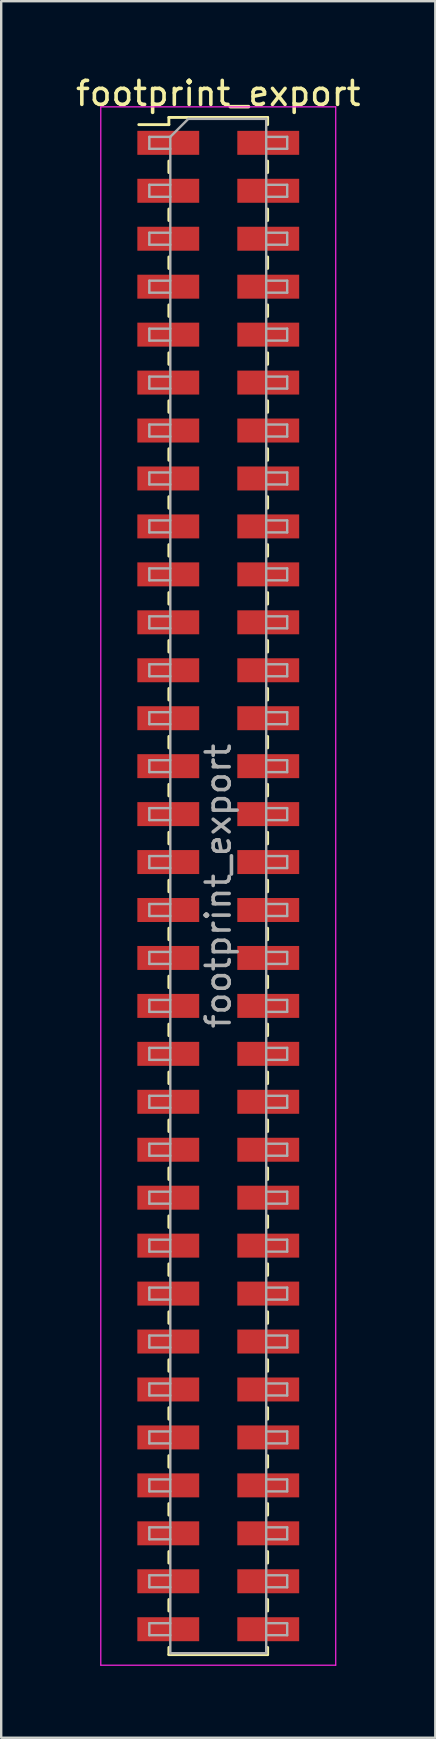
<source format=kicad_pcb>
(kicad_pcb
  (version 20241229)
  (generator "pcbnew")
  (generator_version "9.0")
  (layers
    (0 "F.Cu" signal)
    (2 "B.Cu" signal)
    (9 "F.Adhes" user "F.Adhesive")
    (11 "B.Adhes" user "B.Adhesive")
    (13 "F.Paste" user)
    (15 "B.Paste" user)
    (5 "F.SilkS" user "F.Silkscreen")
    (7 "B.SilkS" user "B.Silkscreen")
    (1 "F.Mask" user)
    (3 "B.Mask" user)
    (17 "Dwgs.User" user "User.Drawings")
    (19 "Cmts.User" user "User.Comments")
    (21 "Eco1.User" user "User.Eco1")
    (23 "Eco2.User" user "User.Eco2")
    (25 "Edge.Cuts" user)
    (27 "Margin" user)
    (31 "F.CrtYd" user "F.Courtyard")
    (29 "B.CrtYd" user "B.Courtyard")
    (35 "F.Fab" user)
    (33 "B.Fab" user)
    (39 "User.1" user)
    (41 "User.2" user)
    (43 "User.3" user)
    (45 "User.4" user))
  (footprint "footprint_export"
    (layer "F.Cu")
    (at 6.054 33.908)
    (property "Reference" "footprint_export" (at 0 -33.06 0) (layer "F.SilkS") (effects (font (size 1 1) (thickness 0.15))))
    (attr smd)
    (fp_line (start -3.315 -31.76) (end -2.06 -31.76) (stroke (width 0.12) (type solid)) (layer "F.SilkS"))
    (fp_line (start -2.06 -32.06) (end -2.06 -31.76) (stroke (width 0.12) (type solid)) (layer "F.SilkS"))
    (fp_line (start -2.06 -32.06) (end 2.06 -32.06) (stroke (width 0.12) (type solid)) (layer "F.SilkS"))
    (fp_line (start -2.06 -30.24) (end -2.06 -29.76) (stroke (width 0.12) (type solid)) (layer "F.SilkS"))
    (fp_line (start -2.06 -28.24) (end -2.06 -27.76) (stroke (width 0.12) (type solid)) (layer "F.SilkS"))
    (fp_line (start -2.06 -26.24) (end -2.06 -25.76) (stroke (width 0.12) (type solid)) (layer "F.SilkS"))
    (fp_line (start -2.06 -24.24) (end -2.06 -23.76) (stroke (width 0.12) (type solid)) (layer "F.SilkS"))
    (fp_line (start -2.06 -22.24) (end -2.06 -21.76) (stroke (width 0.12) (type solid)) (layer "F.SilkS"))
    (fp_line (start -2.06 -20.24) (end -2.06 -19.76) (stroke (width 0.12) (type solid)) (layer "F.SilkS"))
    (fp_line (start -2.06 -18.24) (end -2.06 -17.76) (stroke (width 0.12) (type solid)) (layer "F.SilkS"))
    (fp_line (start -2.06 -16.24) (end -2.06 -15.76) (stroke (width 0.12) (type solid)) (layer "F.SilkS"))
    (fp_line (start -2.06 -14.24) (end -2.06 -13.76) (stroke (width 0.12) (type solid)) (layer "F.SilkS"))
    (fp_line (start -2.06 -12.24) (end -2.06 -11.76) (stroke (width 0.12) (type solid)) (layer "F.SilkS"))
    (fp_line (start -2.06 -10.24) (end -2.06 -9.76) (stroke (width 0.12) (type solid)) (layer "F.SilkS"))
    (fp_line (start -2.06 -8.24) (end -2.06 -7.76) (stroke (width 0.12) (type solid)) (layer "F.SilkS"))
    (fp_line (start -2.06 -6.24) (end -2.06 -5.76) (stroke (width 0.12) (type solid)) (layer "F.SilkS"))
    (fp_line (start -2.06 -4.24) (end -2.06 -3.76) (stroke (width 0.12) (type solid)) (layer "F.SilkS"))
    (fp_line (start -2.06 -2.24) (end -2.06 -1.76) (stroke (width 0.12) (type solid)) (layer "F.SilkS"))
    (fp_line (start -2.06 -0.24) (end -2.06 0.24) (stroke (width 0.12) (type solid)) (layer "F.SilkS"))
    (fp_line (start -2.06 1.76) (end -2.06 2.24) (stroke (width 0.12) (type solid)) (layer "F.SilkS"))
    (fp_line (start -2.06 3.76) (end -2.06 4.24) (stroke (width 0.12) (type solid)) (layer "F.SilkS"))
    (fp_line (start -2.06 5.76) (end -2.06 6.24) (stroke (width 0.12) (type solid)) (layer "F.SilkS"))
    (fp_line (start -2.06 7.76) (end -2.06 8.24) (stroke (width 0.12) (type solid)) (layer "F.SilkS"))
    (fp_line (start -2.06 9.76) (end -2.06 10.24) (stroke (width 0.12) (type solid)) (layer "F.SilkS"))
    (fp_line (start -2.06 11.76) (end -2.06 12.24) (stroke (width 0.12) (type solid)) (layer "F.SilkS"))
    (fp_line (start -2.06 13.76) (end -2.06 14.24) (stroke (width 0.12) (type solid)) (layer "F.SilkS"))
    (fp_line (start -2.06 15.76) (end -2.06 16.24) (stroke (width 0.12) (type solid)) (layer "F.SilkS"))
    (fp_line (start -2.06 17.76) (end -2.06 18.24) (stroke (width 0.12) (type solid)) (layer "F.SilkS"))
    (fp_line (start -2.06 19.76) (end -2.06 20.24) (stroke (width 0.12) (type solid)) (layer "F.SilkS"))
    (fp_line (start -2.06 21.76) (end -2.06 22.24) (stroke (width 0.12) (type solid)) (layer "F.SilkS"))
    (fp_line (start -2.06 23.76) (end -2.06 24.24) (stroke (width 0.12) (type solid)) (layer "F.SilkS"))
    (fp_line (start -2.06 25.76) (end -2.06 26.24) (stroke (width 0.12) (type solid)) (layer "F.SilkS"))
    (fp_line (start -2.06 27.76) (end -2.06 28.24) (stroke (width 0.12) (type solid)) (layer "F.SilkS"))
    (fp_line (start -2.06 29.76) (end -2.06 30.24) (stroke (width 0.12) (type solid)) (layer "F.SilkS"))
    (fp_line (start -2.06 31.76) (end -2.06 32.06) (stroke (width 0.12) (type solid)) (layer "F.SilkS"))
    (fp_line (start -2.06 32.06) (end 2.06 32.06) (stroke (width 0.12) (type solid)) (layer "F.SilkS"))
    (fp_line (start 2.06 -32.06) (end 2.06 -31.76) (stroke (width 0.12) (type solid)) (layer "F.SilkS"))
    (fp_line (start 2.06 -30.24) (end 2.06 -29.76) (stroke (width 0.12) (type solid)) (layer "F.SilkS"))
    (fp_line (start 2.06 -28.24) (end 2.06 -27.76) (stroke (width 0.12) (type solid)) (layer "F.SilkS"))
    (fp_line (start 2.06 -26.24) (end 2.06 -25.76) (stroke (width 0.12) (type solid)) (layer "F.SilkS"))
    (fp_line (start 2.06 -24.24) (end 2.06 -23.76) (stroke (width 0.12) (type solid)) (layer "F.SilkS"))
    (fp_line (start 2.06 -22.24) (end 2.06 -21.76) (stroke (width 0.12) (type solid)) (layer "F.SilkS"))
    (fp_line (start 2.06 -20.24) (end 2.06 -19.76) (stroke (width 0.12) (type solid)) (layer "F.SilkS"))
    (fp_line (start 2.06 -18.24) (end 2.06 -17.76) (stroke (width 0.12) (type solid)) (layer "F.SilkS"))
    (fp_line (start 2.06 -16.24) (end 2.06 -15.76) (stroke (width 0.12) (type solid)) (layer "F.SilkS"))
    (fp_line (start 2.06 -14.24) (end 2.06 -13.76) (stroke (width 0.12) (type solid)) (layer "F.SilkS"))
    (fp_line (start 2.06 -12.24) (end 2.06 -11.76) (stroke (width 0.12) (type solid)) (layer "F.SilkS"))
    (fp_line (start 2.06 -10.24) (end 2.06 -9.76) (stroke (width 0.12) (type solid)) (layer "F.SilkS"))
    (fp_line (start 2.06 -8.24) (end 2.06 -7.76) (stroke (width 0.12) (type solid)) (layer "F.SilkS"))
    (fp_line (start 2.06 -6.24) (end 2.06 -5.76) (stroke (width 0.12) (type solid)) (layer "F.SilkS"))
    (fp_line (start 2.06 -4.24) (end 2.06 -3.76) (stroke (width 0.12) (type solid)) (layer "F.SilkS"))
    (fp_line (start 2.06 -2.24) (end 2.06 -1.76) (stroke (width 0.12) (type solid)) (layer "F.SilkS"))
    (fp_line (start 2.06 -0.24) (end 2.06 0.24) (stroke (width 0.12) (type solid)) (layer "F.SilkS"))
    (fp_line (start 2.06 1.76) (end 2.06 2.24) (stroke (width 0.12) (type solid)) (layer "F.SilkS"))
    (fp_line (start 2.06 3.76) (end 2.06 4.24) (stroke (width 0.12) (type solid)) (layer "F.SilkS"))
    (fp_line (start 2.06 5.76) (end 2.06 6.24) (stroke (width 0.12) (type solid)) (layer "F.SilkS"))
    (fp_line (start 2.06 7.76) (end 2.06 8.24) (stroke (width 0.12) (type solid)) (layer "F.SilkS"))
    (fp_line (start 2.06 9.76) (end 2.06 10.24) (stroke (width 0.12) (type solid)) (layer "F.SilkS"))
    (fp_line (start 2.06 11.76) (end 2.06 12.24) (stroke (width 0.12) (type solid)) (layer "F.SilkS"))
    (fp_line (start 2.06 13.76) (end 2.06 14.24) (stroke (width 0.12) (type solid)) (layer "F.SilkS"))
    (fp_line (start 2.06 15.76) (end 2.06 16.24) (stroke (width 0.12) (type solid)) (layer "F.SilkS"))
    (fp_line (start 2.06 17.76) (end 2.06 18.24) (stroke (width 0.12) (type solid)) (layer "F.SilkS"))
    (fp_line (start 2.06 19.76) (end 2.06 20.24) (stroke (width 0.12) (type solid)) (layer "F.SilkS"))
    (fp_line (start 2.06 21.76) (end 2.06 22.24) (stroke (width 0.12) (type solid)) (layer "F.SilkS"))
    (fp_line (start 2.06 23.76) (end 2.06 24.24) (stroke (width 0.12) (type solid)) (layer "F.SilkS"))
    (fp_line (start 2.06 25.76) (end 2.06 26.24) (stroke (width 0.12) (type solid)) (layer "F.SilkS"))
    (fp_line (start 2.06 27.76) (end 2.06 28.24) (stroke (width 0.12) (type solid)) (layer "F.SilkS"))
    (fp_line (start 2.06 29.76) (end 2.06 30.24) (stroke (width 0.12) (type solid)) (layer "F.SilkS"))
    (fp_line (start 2.06 31.76) (end 2.06 32.06) (stroke (width 0.12) (type solid)) (layer "F.SilkS"))
    (fp_line (start -4.9 -32.5) (end -4.9 32.5) (stroke (width 0.05) (type solid)) (layer "F.CrtYd"))
    (fp_line (start -4.9 32.5) (end 4.9 32.5) (stroke (width 0.05) (type solid)) (layer "F.CrtYd"))
    (fp_line (start 4.9 -32.5) (end -4.9 -32.5) (stroke (width 0.05) (type solid)) (layer "F.CrtYd"))
    (fp_line (start 4.9 32.5) (end 4.9 -32.5) (stroke (width 0.05) (type solid)) (layer "F.CrtYd"))
    (fp_line (start -2.875 -31.25) (end -2.875 -30.75) (stroke (width 0.1) (type solid)) (layer "F.Fab"))
    (fp_line (start -2.875 -30.75) (end -2 -30.75) (stroke (width 0.1) (type solid)) (layer "F.Fab"))
    (fp_line (start -2.875 -29.25) (end -2.875 -28.75) (stroke (width 0.1) (type solid)) (layer "F.Fab"))
    (fp_line (start -2.875 -28.75) (end -2 -28.75) (stroke (width 0.1) (type solid)) (layer "F.Fab"))
    (fp_line (start -2.875 -27.25) (end -2.875 -26.75) (stroke (width 0.1) (type solid)) (layer "F.Fab"))
    (fp_line (start -2.875 -26.75) (end -2 -26.75) (stroke (width 0.1) (type solid)) (layer "F.Fab"))
    (fp_line (start -2.875 -25.25) (end -2.875 -24.75) (stroke (width 0.1) (type solid)) (layer "F.Fab"))
    (fp_line (start -2.875 -24.75) (end -2 -24.75) (stroke (width 0.1) (type solid)) (layer "F.Fab"))
    (fp_line (start -2.875 -23.25) (end -2.875 -22.75) (stroke (width 0.1) (type solid)) (layer "F.Fab"))
    (fp_line (start -2.875 -22.75) (end -2 -22.75) (stroke (width 0.1) (type solid)) (layer "F.Fab"))
    (fp_line (start -2.875 -21.25) (end -2.875 -20.75) (stroke (width 0.1) (type solid)) (layer "F.Fab"))
    (fp_line (start -2.875 -20.75) (end -2 -20.75) (stroke (width 0.1) (type solid)) (layer "F.Fab"))
    (fp_line (start -2.875 -19.25) (end -2.875 -18.75) (stroke (width 0.1) (type solid)) (layer "F.Fab"))
    (fp_line (start -2.875 -18.75) (end -2 -18.75) (stroke (width 0.1) (type solid)) (layer "F.Fab"))
    (fp_line (start -2.875 -17.25) (end -2.875 -16.75) (stroke (width 0.1) (type solid)) (layer "F.Fab"))
    (fp_line (start -2.875 -16.75) (end -2 -16.75) (stroke (width 0.1) (type solid)) (layer "F.Fab"))
    (fp_line (start -2.875 -15.25) (end -2.875 -14.75) (stroke (width 0.1) (type solid)) (layer "F.Fab"))
    (fp_line (start -2.875 -14.75) (end -2 -14.75) (stroke (width 0.1) (type solid)) (layer "F.Fab"))
    (fp_line (start -2.875 -13.25) (end -2.875 -12.75) (stroke (width 0.1) (type solid)) (layer "F.Fab"))
    (fp_line (start -2.875 -12.75) (end -2 -12.75) (stroke (width 0.1) (type solid)) (layer "F.Fab"))
    (fp_line (start -2.875 -11.25) (end -2.875 -10.75) (stroke (width 0.1) (type solid)) (layer "F.Fab"))
    (fp_line (start -2.875 -10.75) (end -2 -10.75) (stroke (width 0.1) (type solid)) (layer "F.Fab"))
    (fp_line (start -2.875 -9.25) (end -2.875 -8.75) (stroke (width 0.1) (type solid)) (layer "F.Fab"))
    (fp_line (start -2.875 -8.75) (end -2 -8.75) (stroke (width 0.1) (type solid)) (layer "F.Fab"))
    (fp_line (start -2.875 -7.25) (end -2.875 -6.75) (stroke (width 0.1) (type solid)) (layer "F.Fab"))
    (fp_line (start -2.875 -6.75) (end -2 -6.75) (stroke (width 0.1) (type solid)) (layer "F.Fab"))
    (fp_line (start -2.875 -5.25) (end -2.875 -4.75) (stroke (width 0.1) (type solid)) (layer "F.Fab"))
    (fp_line (start -2.875 -4.75) (end -2 -4.75) (stroke (width 0.1) (type solid)) (layer "F.Fab"))
    (fp_line (start -2.875 -3.25) (end -2.875 -2.75) (stroke (width 0.1) (type solid)) (layer "F.Fab"))
    (fp_line (start -2.875 -2.75) (end -2 -2.75) (stroke (width 0.1) (type solid)) (layer "F.Fab"))
    (fp_line (start -2.875 -1.25) (end -2.875 -0.75) (stroke (width 0.1) (type solid)) (layer "F.Fab"))
    (fp_line (start -2.875 -0.75) (end -2 -0.75) (stroke (width 0.1) (type solid)) (layer "F.Fab"))
    (fp_line (start -2.875 0.75) (end -2.875 1.25) (stroke (width 0.1) (type solid)) (layer "F.Fab"))
    (fp_line (start -2.875 1.25) (end -2 1.25) (stroke (width 0.1) (type solid)) (layer "F.Fab"))
    (fp_line (start -2.875 2.75) (end -2.875 3.25) (stroke (width 0.1) (type solid)) (layer "F.Fab"))
    (fp_line (start -2.875 3.25) (end -2 3.25) (stroke (width 0.1) (type solid)) (layer "F.Fab"))
    (fp_line (start -2.875 4.75) (end -2.875 5.25) (stroke (width 0.1) (type solid)) (layer "F.Fab"))
    (fp_line (start -2.875 5.25) (end -2 5.25) (stroke (width 0.1) (type solid)) (layer "F.Fab"))
    (fp_line (start -2.875 6.75) (end -2.875 7.25) (stroke (width 0.1) (type solid)) (layer "F.Fab"))
    (fp_line (start -2.875 7.25) (end -2 7.25) (stroke (width 0.1) (type solid)) (layer "F.Fab"))
    (fp_line (start -2.875 8.75) (end -2.875 9.25) (stroke (width 0.1) (type solid)) (layer "F.Fab"))
    (fp_line (start -2.875 9.25) (end -2 9.25) (stroke (width 0.1) (type solid)) (layer "F.Fab"))
    (fp_line (start -2.875 10.75) (end -2.875 11.25) (stroke (width 0.1) (type solid)) (layer "F.Fab"))
    (fp_line (start -2.875 11.25) (end -2 11.25) (stroke (width 0.1) (type solid)) (layer "F.Fab"))
    (fp_line (start -2.875 12.75) (end -2.875 13.25) (stroke (width 0.1) (type solid)) (layer "F.Fab"))
    (fp_line (start -2.875 13.25) (end -2 13.25) (stroke (width 0.1) (type solid)) (layer "F.Fab"))
    (fp_line (start -2.875 14.75) (end -2.875 15.25) (stroke (width 0.1) (type solid)) (layer "F.Fab"))
    (fp_line (start -2.875 15.25) (end -2 15.25) (stroke (width 0.1) (type solid)) (layer "F.Fab"))
    (fp_line (start -2.875 16.75) (end -2.875 17.25) (stroke (width 0.1) (type solid)) (layer "F.Fab"))
    (fp_line (start -2.875 17.25) (end -2 17.25) (stroke (width 0.1) (type solid)) (layer "F.Fab"))
    (fp_line (start -2.875 18.75) (end -2.875 19.25) (stroke (width 0.1) (type solid)) (layer "F.Fab"))
    (fp_line (start -2.875 19.25) (end -2 19.25) (stroke (width 0.1) (type solid)) (layer "F.Fab"))
    (fp_line (start -2.875 20.75) (end -2.875 21.25) (stroke (width 0.1) (type solid)) (layer "F.Fab"))
    (fp_line (start -2.875 21.25) (end -2 21.25) (stroke (width 0.1) (type solid)) (layer "F.Fab"))
    (fp_line (start -2.875 22.75) (end -2.875 23.25) (stroke (width 0.1) (type solid)) (layer "F.Fab"))
    (fp_line (start -2.875 23.25) (end -2 23.25) (stroke (width 0.1) (type solid)) (layer "F.Fab"))
    (fp_line (start -2.875 24.75) (end -2.875 25.25) (stroke (width 0.1) (type solid)) (layer "F.Fab"))
    (fp_line (start -2.875 25.25) (end -2 25.25) (stroke (width 0.1) (type solid)) (layer "F.Fab"))
    (fp_line (start -2.875 26.75) (end -2.875 27.25) (stroke (width 0.1) (type solid)) (layer "F.Fab"))
    (fp_line (start -2.875 27.25) (end -2 27.25) (stroke (width 0.1) (type solid)) (layer "F.Fab"))
    (fp_line (start -2.875 28.75) (end -2.875 29.25) (stroke (width 0.1) (type solid)) (layer "F.Fab"))
    (fp_line (start -2.875 29.25) (end -2 29.25) (stroke (width 0.1) (type solid)) (layer "F.Fab"))
    (fp_line (start -2.875 30.75) (end -2.875 31.25) (stroke (width 0.1) (type solid)) (layer "F.Fab"))
    (fp_line (start -2.875 31.25) (end -2 31.25) (stroke (width 0.1) (type solid)) (layer "F.Fab"))
    (fp_line (start -2 -31.25) (end -2.875 -31.25) (stroke (width 0.1) (type solid)) (layer "F.Fab"))
    (fp_line (start -2 -31.25) (end -1.25 -32) (stroke (width 0.1) (type solid)) (layer "F.Fab"))
    (fp_line (start -2 -29.25) (end -2.875 -29.25) (stroke (width 0.1) (type solid)) (layer "F.Fab"))
    (fp_line (start -2 -27.25) (end -2.875 -27.25) (stroke (width 0.1) (type solid)) (layer "F.Fab"))
    (fp_line (start -2 -25.25) (end -2.875 -25.25) (stroke (width 0.1) (type solid)) (layer "F.Fab"))
    (fp_line (start -2 -23.25) (end -2.875 -23.25) (stroke (width 0.1) (type solid)) (layer "F.Fab"))
    (fp_line (start -2 -21.25) (end -2.875 -21.25) (stroke (width 0.1) (type solid)) (layer "F.Fab"))
    (fp_line (start -2 -19.25) (end -2.875 -19.25) (stroke (width 0.1) (type solid)) (layer "F.Fab"))
    (fp_line (start -2 -17.25) (end -2.875 -17.25) (stroke (width 0.1) (type solid)) (layer "F.Fab"))
    (fp_line (start -2 -15.25) (end -2.875 -15.25) (stroke (width 0.1) (type solid)) (layer "F.Fab"))
    (fp_line (start -2 -13.25) (end -2.875 -13.25) (stroke (width 0.1) (type solid)) (layer "F.Fab"))
    (fp_line (start -2 -11.25) (end -2.875 -11.25) (stroke (width 0.1) (type solid)) (layer "F.Fab"))
    (fp_line (start -2 -9.25) (end -2.875 -9.25) (stroke (width 0.1) (type solid)) (layer "F.Fab"))
    (fp_line (start -2 -7.25) (end -2.875 -7.25) (stroke (width 0.1) (type solid)) (layer "F.Fab"))
    (fp_line (start -2 -5.25) (end -2.875 -5.25) (stroke (width 0.1) (type solid)) (layer "F.Fab"))
    (fp_line (start -2 -3.25) (end -2.875 -3.25) (stroke (width 0.1) (type solid)) (layer "F.Fab"))
    (fp_line (start -2 -1.25) (end -2.875 -1.25) (stroke (width 0.1) (type solid)) (layer "F.Fab"))
    (fp_line (start -2 0.75) (end -2.875 0.75) (stroke (width 0.1) (type solid)) (layer "F.Fab"))
    (fp_line (start -2 2.75) (end -2.875 2.75) (stroke (width 0.1) (type solid)) (layer "F.Fab"))
    (fp_line (start -2 4.75) (end -2.875 4.75) (stroke (width 0.1) (type solid)) (layer "F.Fab"))
    (fp_line (start -2 6.75) (end -2.875 6.75) (stroke (width 0.1) (type solid)) (layer "F.Fab"))
    (fp_line (start -2 8.75) (end -2.875 8.75) (stroke (width 0.1) (type solid)) (layer "F.Fab"))
    (fp_line (start -2 10.75) (end -2.875 10.75) (stroke (width 0.1) (type solid)) (layer "F.Fab"))
    (fp_line (start -2 12.75) (end -2.875 12.75) (stroke (width 0.1) (type solid)) (layer "F.Fab"))
    (fp_line (start -2 14.75) (end -2.875 14.75) (stroke (width 0.1) (type solid)) (layer "F.Fab"))
    (fp_line (start -2 16.75) (end -2.875 16.75) (stroke (width 0.1) (type solid)) (layer "F.Fab"))
    (fp_line (start -2 18.75) (end -2.875 18.75) (stroke (width 0.1) (type solid)) (layer "F.Fab"))
    (fp_line (start -2 20.75) (end -2.875 20.75) (stroke (width 0.1) (type solid)) (layer "F.Fab"))
    (fp_line (start -2 22.75) (end -2.875 22.75) (stroke (width 0.1) (type solid)) (layer "F.Fab"))
    (fp_line (start -2 24.75) (end -2.875 24.75) (stroke (width 0.1) (type solid)) (layer "F.Fab"))
    (fp_line (start -2 26.75) (end -2.875 26.75) (stroke (width 0.1) (type solid)) (layer "F.Fab"))
    (fp_line (start -2 28.75) (end -2.875 28.75) (stroke (width 0.1) (type solid)) (layer "F.Fab"))
    (fp_line (start -2 30.75) (end -2.875 30.75) (stroke (width 0.1) (type solid)) (layer "F.Fab"))
    (fp_line (start -2 32) (end -2 -31.25) (stroke (width 0.1) (type solid)) (layer "F.Fab"))
    (fp_line (start -1.25 -32) (end 2 -32) (stroke (width 0.1) (type solid)) (layer "F.Fab"))
    (fp_line (start 2 -32) (end 2 32) (stroke (width 0.1) (type solid)) (layer "F.Fab"))
    (fp_line (start 2 -31.25) (end 2.875 -31.25) (stroke (width 0.1) (type solid)) (layer "F.Fab"))
    (fp_line (start 2 -29.25) (end 2.875 -29.25) (stroke (width 0.1) (type solid)) (layer "F.Fab"))
    (fp_line (start 2 -27.25) (end 2.875 -27.25) (stroke (width 0.1) (type solid)) (layer "F.Fab"))
    (fp_line (start 2 -25.25) (end 2.875 -25.25) (stroke (width 0.1) (type solid)) (layer "F.Fab"))
    (fp_line (start 2 -23.25) (end 2.875 -23.25) (stroke (width 0.1) (type solid)) (layer "F.Fab"))
    (fp_line (start 2 -21.25) (end 2.875 -21.25) (stroke (width 0.1) (type solid)) (layer "F.Fab"))
    (fp_line (start 2 -19.25) (end 2.875 -19.25) (stroke (width 0.1) (type solid)) (layer "F.Fab"))
    (fp_line (start 2 -17.25) (end 2.875 -17.25) (stroke (width 0.1) (type solid)) (layer "F.Fab"))
    (fp_line (start 2 -15.25) (end 2.875 -15.25) (stroke (width 0.1) (type solid)) (layer "F.Fab"))
    (fp_line (start 2 -13.25) (end 2.875 -13.25) (stroke (width 0.1) (type solid)) (layer "F.Fab"))
    (fp_line (start 2 -11.25) (end 2.875 -11.25) (stroke (width 0.1) (type solid)) (layer "F.Fab"))
    (fp_line (start 2 -9.25) (end 2.875 -9.25) (stroke (width 0.1) (type solid)) (layer "F.Fab"))
    (fp_line (start 2 -7.25) (end 2.875 -7.25) (stroke (width 0.1) (type solid)) (layer "F.Fab"))
    (fp_line (start 2 -5.25) (end 2.875 -5.25) (stroke (width 0.1) (type solid)) (layer "F.Fab"))
    (fp_line (start 2 -3.25) (end 2.875 -3.25) (stroke (width 0.1) (type solid)) (layer "F.Fab"))
    (fp_line (start 2 -1.25) (end 2.875 -1.25) (stroke (width 0.1) (type solid)) (layer "F.Fab"))
    (fp_line (start 2 0.75) (end 2.875 0.75) (stroke (width 0.1) (type solid)) (layer "F.Fab"))
    (fp_line (start 2 2.75) (end 2.875 2.75) (stroke (width 0.1) (type solid)) (layer "F.Fab"))
    (fp_line (start 2 4.75) (end 2.875 4.75) (stroke (width 0.1) (type solid)) (layer "F.Fab"))
    (fp_line (start 2 6.75) (end 2.875 6.75) (stroke (width 0.1) (type solid)) (layer "F.Fab"))
    (fp_line (start 2 8.75) (end 2.875 8.75) (stroke (width 0.1) (type solid)) (layer "F.Fab"))
    (fp_line (start 2 10.75) (end 2.875 10.75) (stroke (width 0.1) (type solid)) (layer "F.Fab"))
    (fp_line (start 2 12.75) (end 2.875 12.75) (stroke (width 0.1) (type solid)) (layer "F.Fab"))
    (fp_line (start 2 14.75) (end 2.875 14.75) (stroke (width 0.1) (type solid)) (layer "F.Fab"))
    (fp_line (start 2 16.75) (end 2.875 16.75) (stroke (width 0.1) (type solid)) (layer "F.Fab"))
    (fp_line (start 2 18.75) (end 2.875 18.75) (stroke (width 0.1) (type solid)) (layer "F.Fab"))
    (fp_line (start 2 20.75) (end 2.875 20.75) (stroke (width 0.1) (type solid)) (layer "F.Fab"))
    (fp_line (start 2 22.75) (end 2.875 22.75) (stroke (width 0.1) (type solid)) (layer "F.Fab"))
    (fp_line (start 2 24.75) (end 2.875 24.75) (stroke (width 0.1) (type solid)) (layer "F.Fab"))
    (fp_line (start 2 26.75) (end 2.875 26.75) (stroke (width 0.1) (type solid)) (layer "F.Fab"))
    (fp_line (start 2 28.75) (end 2.875 28.75) (stroke (width 0.1) (type solid)) (layer "F.Fab"))
    (fp_line (start 2 30.75) (end 2.875 30.75) (stroke (width 0.1) (type solid)) (layer "F.Fab"))
    (fp_line (start 2 32) (end -2 32) (stroke (width 0.1) (type solid)) (layer "F.Fab"))
    (fp_line (start 2.875 -31.25) (end 2.875 -30.75) (stroke (width 0.1) (type solid)) (layer "F.Fab"))
    (fp_line (start 2.875 -30.75) (end 2 -30.75) (stroke (width 0.1) (type solid)) (layer "F.Fab"))
    (fp_line (start 2.875 -29.25) (end 2.875 -28.75) (stroke (width 0.1) (type solid)) (layer "F.Fab"))
    (fp_line (start 2.875 -28.75) (end 2 -28.75) (stroke (width 0.1) (type solid)) (layer "F.Fab"))
    (fp_line (start 2.875 -27.25) (end 2.875 -26.75) (stroke (width 0.1) (type solid)) (layer "F.Fab"))
    (fp_line (start 2.875 -26.75) (end 2 -26.75) (stroke (width 0.1) (type solid)) (layer "F.Fab"))
    (fp_line (start 2.875 -25.25) (end 2.875 -24.75) (stroke (width 0.1) (type solid)) (layer "F.Fab"))
    (fp_line (start 2.875 -24.75) (end 2 -24.75) (stroke (width 0.1) (type solid)) (layer "F.Fab"))
    (fp_line (start 2.875 -23.25) (end 2.875 -22.75) (stroke (width 0.1) (type solid)) (layer "F.Fab"))
    (fp_line (start 2.875 -22.75) (end 2 -22.75) (stroke (width 0.1) (type solid)) (layer "F.Fab"))
    (fp_line (start 2.875 -21.25) (end 2.875 -20.75) (stroke (width 0.1) (type solid)) (layer "F.Fab"))
    (fp_line (start 2.875 -20.75) (end 2 -20.75) (stroke (width 0.1) (type solid)) (layer "F.Fab"))
    (fp_line (start 2.875 -19.25) (end 2.875 -18.75) (stroke (width 0.1) (type solid)) (layer "F.Fab"))
    (fp_line (start 2.875 -18.75) (end 2 -18.75) (stroke (width 0.1) (type solid)) (layer "F.Fab"))
    (fp_line (start 2.875 -17.25) (end 2.875 -16.75) (stroke (width 0.1) (type solid)) (layer "F.Fab"))
    (fp_line (start 2.875 -16.75) (end 2 -16.75) (stroke (width 0.1) (type solid)) (layer "F.Fab"))
    (fp_line (start 2.875 -15.25) (end 2.875 -14.75) (stroke (width 0.1) (type solid)) (layer "F.Fab"))
    (fp_line (start 2.875 -14.75) (end 2 -14.75) (stroke (width 0.1) (type solid)) (layer "F.Fab"))
    (fp_line (start 2.875 -13.25) (end 2.875 -12.75) (stroke (width 0.1) (type solid)) (layer "F.Fab"))
    (fp_line (start 2.875 -12.75) (end 2 -12.75) (stroke (width 0.1) (type solid)) (layer "F.Fab"))
    (fp_line (start 2.875 -11.25) (end 2.875 -10.75) (stroke (width 0.1) (type solid)) (layer "F.Fab"))
    (fp_line (start 2.875 -10.75) (end 2 -10.75) (stroke (width 0.1) (type solid)) (layer "F.Fab"))
    (fp_line (start 2.875 -9.25) (end 2.875 -8.75) (stroke (width 0.1) (type solid)) (layer "F.Fab"))
    (fp_line (start 2.875 -8.75) (end 2 -8.75) (stroke (width 0.1) (type solid)) (layer "F.Fab"))
    (fp_line (start 2.875 -7.25) (end 2.875 -6.75) (stroke (width 0.1) (type solid)) (layer "F.Fab"))
    (fp_line (start 2.875 -6.75) (end 2 -6.75) (stroke (width 0.1) (type solid)) (layer "F.Fab"))
    (fp_line (start 2.875 -5.25) (end 2.875 -4.75) (stroke (width 0.1) (type solid)) (layer "F.Fab"))
    (fp_line (start 2.875 -4.75) (end 2 -4.75) (stroke (width 0.1) (type solid)) (layer "F.Fab"))
    (fp_line (start 2.875 -3.25) (end 2.875 -2.75) (stroke (width 0.1) (type solid)) (layer "F.Fab"))
    (fp_line (start 2.875 -2.75) (end 2 -2.75) (stroke (width 0.1) (type solid)) (layer "F.Fab"))
    (fp_line (start 2.875 -1.25) (end 2.875 -0.75) (stroke (width 0.1) (type solid)) (layer "F.Fab"))
    (fp_line (start 2.875 -0.75) (end 2 -0.75) (stroke (width 0.1) (type solid)) (layer "F.Fab"))
    (fp_line (start 2.875 0.75) (end 2.875 1.25) (stroke (width 0.1) (type solid)) (layer "F.Fab"))
    (fp_line (start 2.875 1.25) (end 2 1.25) (stroke (width 0.1) (type solid)) (layer "F.Fab"))
    (fp_line (start 2.875 2.75) (end 2.875 3.25) (stroke (width 0.1) (type solid)) (layer "F.Fab"))
    (fp_line (start 2.875 3.25) (end 2 3.25) (stroke (width 0.1) (type solid)) (layer "F.Fab"))
    (fp_line (start 2.875 4.75) (end 2.875 5.25) (stroke (width 0.1) (type solid)) (layer "F.Fab"))
    (fp_line (start 2.875 5.25) (end 2 5.25) (stroke (width 0.1) (type solid)) (layer "F.Fab"))
    (fp_line (start 2.875 6.75) (end 2.875 7.25) (stroke (width 0.1) (type solid)) (layer "F.Fab"))
    (fp_line (start 2.875 7.25) (end 2 7.25) (stroke (width 0.1) (type solid)) (layer "F.Fab"))
    (fp_line (start 2.875 8.75) (end 2.875 9.25) (stroke (width 0.1) (type solid)) (layer "F.Fab"))
    (fp_line (start 2.875 9.25) (end 2 9.25) (stroke (width 0.1) (type solid)) (layer "F.Fab"))
    (fp_line (start 2.875 10.75) (end 2.875 11.25) (stroke (width 0.1) (type solid)) (layer "F.Fab"))
    (fp_line (start 2.875 11.25) (end 2 11.25) (stroke (width 0.1) (type solid)) (layer "F.Fab"))
    (fp_line (start 2.875 12.75) (end 2.875 13.25) (stroke (width 0.1) (type solid)) (layer "F.Fab"))
    (fp_line (start 2.875 13.25) (end 2 13.25) (stroke (width 0.1) (type solid)) (layer "F.Fab"))
    (fp_line (start 2.875 14.75) (end 2.875 15.25) (stroke (width 0.1) (type solid)) (layer "F.Fab"))
    (fp_line (start 2.875 15.25) (end 2 15.25) (stroke (width 0.1) (type solid)) (layer "F.Fab"))
    (fp_line (start 2.875 16.75) (end 2.875 17.25) (stroke (width 0.1) (type solid)) (layer "F.Fab"))
    (fp_line (start 2.875 17.25) (end 2 17.25) (stroke (width 0.1) (type solid)) (layer "F.Fab"))
    (fp_line (start 2.875 18.75) (end 2.875 19.25) (stroke (width 0.1) (type solid)) (layer "F.Fab"))
    (fp_line (start 2.875 19.25) (end 2 19.25) (stroke (width 0.1) (type solid)) (layer "F.Fab"))
    (fp_line (start 2.875 20.75) (end 2.875 21.25) (stroke (width 0.1) (type solid)) (layer "F.Fab"))
    (fp_line (start 2.875 21.25) (end 2 21.25) (stroke (width 0.1) (type solid)) (layer "F.Fab"))
    (fp_line (start 2.875 22.75) (end 2.875 23.25) (stroke (width 0.1) (type solid)) (layer "F.Fab"))
    (fp_line (start 2.875 23.25) (end 2 23.25) (stroke (width 0.1) (type solid)) (layer "F.Fab"))
    (fp_line (start 2.875 24.75) (end 2.875 25.25) (stroke (width 0.1) (type solid)) (layer "F.Fab"))
    (fp_line (start 2.875 25.25) (end 2 25.25) (stroke (width 0.1) (type solid)) (layer "F.Fab"))
    (fp_line (start 2.875 26.75) (end 2.875 27.25) (stroke (width 0.1) (type solid)) (layer "F.Fab"))
    (fp_line (start 2.875 27.25) (end 2 27.25) (stroke (width 0.1) (type solid)) (layer "F.Fab"))
    (fp_line (start 2.875 28.75) (end 2.875 29.25) (stroke (width 0.1) (type solid)) (layer "F.Fab"))
    (fp_line (start 2.875 29.25) (end 2 29.25) (stroke (width 0.1) (type solid)) (layer "F.Fab"))
    (fp_line (start 2.875 30.75) (end 2.875 31.25) (stroke (width 0.1) (type solid)) (layer "F.Fab"))
    (fp_line (start 2.875 31.25) (end 2 31.25) (stroke (width 0.1) (type solid)) (layer "F.Fab"))
    (fp_text user "${REFERENCE}" (at 0 0 90) (layer "F.Fab") (effects (font (size 1 1) (thickness 0.15))))
    (pad "1" smd rect (at -2.085 -31) (size 2.58 1) (layers "F.Cu" "F.Mask" "F.Paste"))
    (pad "2" smd rect (at 2.085 -31) (size 2.58 1) (layers "F.Cu" "F.Mask" "F.Paste"))
    (pad "3" smd rect (at -2.085 -29) (size 2.58 1) (layers "F.Cu" "F.Mask" "F.Paste"))
    (pad "4" smd rect (at 2.085 -29) (size 2.58 1) (layers "F.Cu" "F.Mask" "F.Paste"))
    (pad "5" smd rect (at -2.085 -27) (size 2.58 1) (layers "F.Cu" "F.Mask" "F.Paste"))
    (pad "6" smd rect (at 2.085 -27) (size 2.58 1) (layers "F.Cu" "F.Mask" "F.Paste"))
    (pad "7" smd rect (at -2.085 -25) (size 2.58 1) (layers "F.Cu" "F.Mask" "F.Paste"))
    (pad "8" smd rect (at 2.085 -25) (size 2.58 1) (layers "F.Cu" "F.Mask" "F.Paste"))
    (pad "9" smd rect (at -2.085 -23) (size 2.58 1) (layers "F.Cu" "F.Mask" "F.Paste"))
    (pad "10" smd rect (at 2.085 -23) (size 2.58 1) (layers "F.Cu" "F.Mask" "F.Paste"))
    (pad "11" smd rect (at -2.085 -21) (size 2.58 1) (layers "F.Cu" "F.Mask" "F.Paste"))
    (pad "12" smd rect (at 2.085 -21) (size 2.58 1) (layers "F.Cu" "F.Mask" "F.Paste"))
    (pad "13" smd rect (at -2.085 -19) (size 2.58 1) (layers "F.Cu" "F.Mask" "F.Paste"))
    (pad "14" smd rect (at 2.085 -19) (size 2.58 1) (layers "F.Cu" "F.Mask" "F.Paste"))
    (pad "15" smd rect (at -2.085 -17) (size 2.58 1) (layers "F.Cu" "F.Mask" "F.Paste"))
    (pad "16" smd rect (at 2.085 -17) (size 2.58 1) (layers "F.Cu" "F.Mask" "F.Paste"))
    (pad "17" smd rect (at -2.085 -15) (size 2.58 1) (layers "F.Cu" "F.Mask" "F.Paste"))
    (pad "18" smd rect (at 2.085 -15) (size 2.58 1) (layers "F.Cu" "F.Mask" "F.Paste"))
    (pad "19" smd rect (at -2.085 -13) (size 2.58 1) (layers "F.Cu" "F.Mask" "F.Paste"))
    (pad "20" smd rect (at 2.085 -13) (size 2.58 1) (layers "F.Cu" "F.Mask" "F.Paste"))
    (pad "21" smd rect (at -2.085 -11) (size 2.58 1) (layers "F.Cu" "F.Mask" "F.Paste"))
    (pad "22" smd rect (at 2.085 -11) (size 2.58 1) (layers "F.Cu" "F.Mask" "F.Paste"))
    (pad "23" smd rect (at -2.085 -9) (size 2.58 1) (layers "F.Cu" "F.Mask" "F.Paste"))
    (pad "24" smd rect (at 2.085 -9) (size 2.58 1) (layers "F.Cu" "F.Mask" "F.Paste"))
    (pad "25" smd rect (at -2.085 -7) (size 2.58 1) (layers "F.Cu" "F.Mask" "F.Paste"))
    (pad "26" smd rect (at 2.085 -7) (size 2.58 1) (layers "F.Cu" "F.Mask" "F.Paste"))
    (pad "27" smd rect (at -2.085 -5) (size 2.58 1) (layers "F.Cu" "F.Mask" "F.Paste"))
    (pad "28" smd rect (at 2.085 -5) (size 2.58 1) (layers "F.Cu" "F.Mask" "F.Paste"))
    (pad "29" smd rect (at -2.085 -3) (size 2.58 1) (layers "F.Cu" "F.Mask" "F.Paste"))
    (pad "30" smd rect (at 2.085 -3) (size 2.58 1) (layers "F.Cu" "F.Mask" "F.Paste"))
    (pad "31" smd rect (at -2.085 -1) (size 2.58 1) (layers "F.Cu" "F.Mask" "F.Paste"))
    (pad "32" smd rect (at 2.085 -1) (size 2.58 1) (layers "F.Cu" "F.Mask" "F.Paste"))
    (pad "33" smd rect (at -2.085 1) (size 2.58 1) (layers "F.Cu" "F.Mask" "F.Paste"))
    (pad "34" smd rect (at 2.085 1) (size 2.58 1) (layers "F.Cu" "F.Mask" "F.Paste"))
    (pad "35" smd rect (at -2.085 3) (size 2.58 1) (layers "F.Cu" "F.Mask" "F.Paste"))
    (pad "36" smd rect (at 2.085 3) (size 2.58 1) (layers "F.Cu" "F.Mask" "F.Paste"))
    (pad "37" smd rect (at -2.085 5) (size 2.58 1) (layers "F.Cu" "F.Mask" "F.Paste"))
    (pad "38" smd rect (at 2.085 5) (size 2.58 1) (layers "F.Cu" "F.Mask" "F.Paste"))
    (pad "39" smd rect (at -2.085 7) (size 2.58 1) (layers "F.Cu" "F.Mask" "F.Paste"))
    (pad "40" smd rect (at 2.085 7) (size 2.58 1) (layers "F.Cu" "F.Mask" "F.Paste"))
    (pad "41" smd rect (at -2.085 9) (size 2.58 1) (layers "F.Cu" "F.Mask" "F.Paste"))
    (pad "42" smd rect (at 2.085 9) (size 2.58 1) (layers "F.Cu" "F.Mask" "F.Paste"))
    (pad "43" smd rect (at -2.085 11) (size 2.58 1) (layers "F.Cu" "F.Mask" "F.Paste"))
    (pad "44" smd rect (at 2.085 11) (size 2.58 1) (layers "F.Cu" "F.Mask" "F.Paste"))
    (pad "45" smd rect (at -2.085 13) (size 2.58 1) (layers "F.Cu" "F.Mask" "F.Paste"))
    (pad "46" smd rect (at 2.085 13) (size 2.58 1) (layers "F.Cu" "F.Mask" "F.Paste"))
    (pad "47" smd rect (at -2.085 15) (size 2.58 1) (layers "F.Cu" "F.Mask" "F.Paste"))
    (pad "48" smd rect (at 2.085 15) (size 2.58 1) (layers "F.Cu" "F.Mask" "F.Paste"))
    (pad "49" smd rect (at -2.085 17) (size 2.58 1) (layers "F.Cu" "F.Mask" "F.Paste"))
    (pad "50" smd rect (at 2.085 17) (size 2.58 1) (layers "F.Cu" "F.Mask" "F.Paste"))
    (pad "51" smd rect (at -2.085 19) (size 2.58 1) (layers "F.Cu" "F.Mask" "F.Paste"))
    (pad "52" smd rect (at 2.085 19) (size 2.58 1) (layers "F.Cu" "F.Mask" "F.Paste"))
    (pad "53" smd rect (at -2.085 21) (size 2.58 1) (layers "F.Cu" "F.Mask" "F.Paste"))
    (pad "54" smd rect (at 2.085 21) (size 2.58 1) (layers "F.Cu" "F.Mask" "F.Paste"))
    (pad "55" smd rect (at -2.085 23) (size 2.58 1) (layers "F.Cu" "F.Mask" "F.Paste"))
    (pad "56" smd rect (at 2.085 23) (size 2.58 1) (layers "F.Cu" "F.Mask" "F.Paste"))
    (pad "57" smd rect (at -2.085 25) (size 2.58 1) (layers "F.Cu" "F.Mask" "F.Paste"))
    (pad "58" smd rect (at 2.085 25) (size 2.58 1) (layers "F.Cu" "F.Mask" "F.Paste"))
    (pad "59" smd rect (at -2.085 27) (size 2.58 1) (layers "F.Cu" "F.Mask" "F.Paste"))
    (pad "60" smd rect (at 2.085 27) (size 2.58 1) (layers "F.Cu" "F.Mask" "F.Paste"))
    (pad "61" smd rect (at -2.085 29) (size 2.58 1) (layers "F.Cu" "F.Mask" "F.Paste"))
    (pad "62" smd rect (at 2.085 29) (size 2.58 1) (layers "F.Cu" "F.Mask" "F.Paste"))
    (pad "63" smd rect (at -2.085 31) (size 2.58 1) (layers "F.Cu" "F.Mask" "F.Paste"))
    (pad "64" smd rect (at 2.085 31) (size 2.58 1) (layers "F.Cu" "F.Mask" "F.Paste")))
  (gr_rect
    (start -3 -3)
    (end 15.107 69.433)
    (stroke (width 0.1) (type default))
    (fill no)
    (layer "Edge.Cuts")))
</source>
